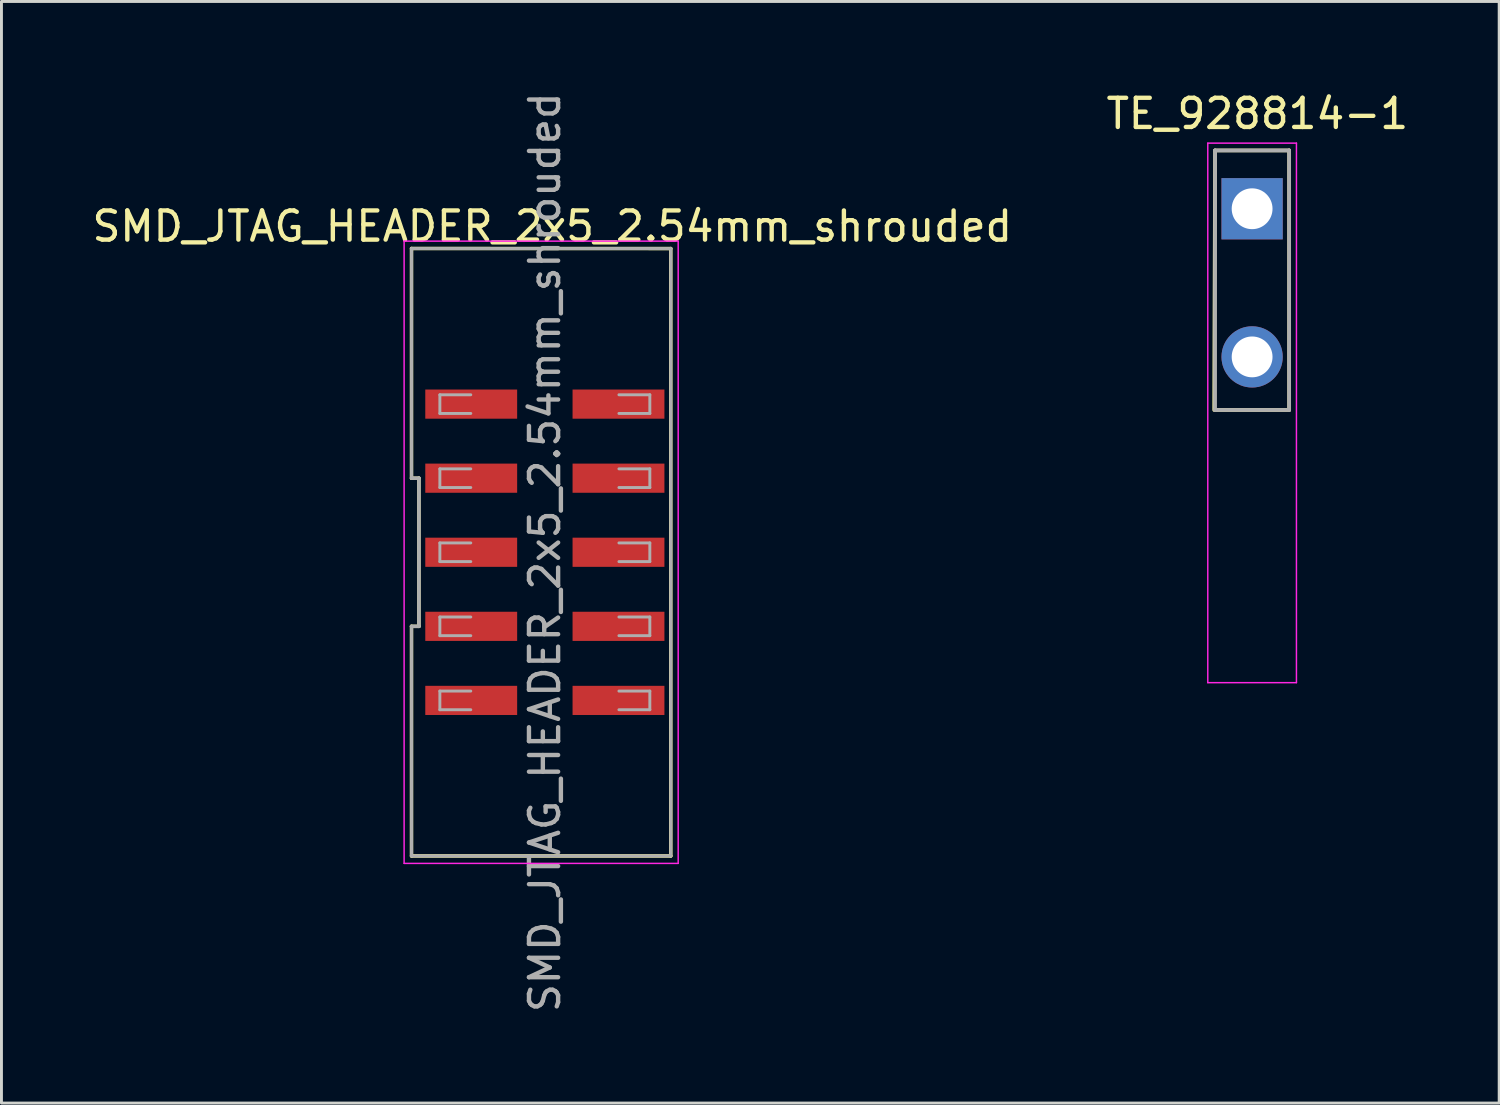
<source format=kicad_pcb>
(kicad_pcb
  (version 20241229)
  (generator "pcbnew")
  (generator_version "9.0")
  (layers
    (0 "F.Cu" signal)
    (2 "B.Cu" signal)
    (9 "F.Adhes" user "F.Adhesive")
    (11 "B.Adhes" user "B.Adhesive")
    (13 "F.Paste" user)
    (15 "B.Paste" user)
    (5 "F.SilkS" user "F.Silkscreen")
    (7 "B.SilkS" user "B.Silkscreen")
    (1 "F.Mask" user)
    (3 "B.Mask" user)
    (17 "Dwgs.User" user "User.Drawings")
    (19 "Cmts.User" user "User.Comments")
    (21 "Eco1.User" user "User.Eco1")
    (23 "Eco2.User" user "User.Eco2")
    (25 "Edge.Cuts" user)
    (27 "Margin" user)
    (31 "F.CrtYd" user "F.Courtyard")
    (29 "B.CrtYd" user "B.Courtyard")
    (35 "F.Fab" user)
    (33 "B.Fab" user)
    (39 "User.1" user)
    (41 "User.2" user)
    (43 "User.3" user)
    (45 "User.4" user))
  (footprint "TE_928814-1"
    (layer "F.Cu")
    (at 39.885 4.108)
    (property "Reference" "TE_928814-1" (at 0.18 -3.26 0) (layer "F.SilkS") (effects (font (size 1 1) (thickness 0.15))))
    (attr through_hole)
    (fp_line (start -1.27 -2) (end -1.3 6.9) (stroke (width 0.127) (type solid)) (layer "F.SilkS"))
    (fp_line (start -1.27 6.9) (end 1.27 6.9) (stroke (width 0.127) (type solid)) (layer "F.SilkS"))
    (fp_line (start 1.27 -2) (end -1.27 -2) (stroke (width 0.127) (type solid)) (layer "F.SilkS"))
    (fp_line (start 1.27 6.9) (end 1.27 -2) (stroke (width 0.127) (type solid)) (layer "F.SilkS"))
    (fp_line (start -1.52 -2.25) (end -1.52 16.25) (stroke (width 0.05) (type solid)) (layer "F.CrtYd"))
    (fp_line (start -1.52 16.25) (end 1.52 16.25) (stroke (width 0.05) (type solid)) (layer "F.CrtYd"))
    (fp_line (start 1.52 -2.25) (end -1.52 -2.25) (stroke (width 0.05) (type solid)) (layer "F.CrtYd"))
    (fp_line (start 1.52 16.25) (end 1.52 -2.25) (stroke (width 0.05) (type solid)) (layer "F.CrtYd"))
    (fp_line (start -1.27 -2) (end -1.27 6.9) (stroke (width 0.127) (type solid)) (layer "F.Fab"))
    (fp_line (start -1.27 6.9) (end 1.27 6.9) (stroke (width 0.127) (type solid)) (layer "F.Fab"))
    (fp_line (start 1.27 -2) (end -1.27 -2) (stroke (width 0.127) (type solid)) (layer "F.Fab"))
    (fp_line (start 1.27 6.9) (end 1.27 -2) (stroke (width 0.127) (type solid)) (layer "F.Fab"))
    (pad "1" thru_hole rect (at 0 0) (size 2.1 2.1) (drill 1.4) (layers "*.Cu" "*.Mask"))
    (pad "1" thru_hole circle (at 0 5.08) (size 2.1 2.1) (drill 1.4) (layers "*.Cu" "*.Mask")))
  (footprint "SMD_JTAG_HEADER_2x5_2.54mm_shrouded"
    (layer "F.Cu")
    (at 15.633 14.363)
    (property "Reference" "SMD_JTAG_HEADER_2x5_2.54mm_shrouded" (at 0.254 -9.652 0) (layer "F.SilkS") (effects (font (size 1 1) (thickness 0.15))))
    (attr through_hole)
    (fp_line (start -4.572 -8.892) (end -4.572 -1.016) (stroke (width 0.12) (type solid)) (layer "F.SilkS"))
    (fp_line (start -4.572 -8.892) (end 4.318 -8.89) (stroke (width 0.12) (type solid)) (layer "F.SilkS"))
    (fp_line (start -4.572 -1.016) (end -4.318 -1.016) (stroke (width 0.12) (type solid)) (layer "F.SilkS"))
    (fp_line (start -4.572 4.062) (end -4.572 11.938) (stroke (width 0.12) (type solid)) (layer "F.SilkS"))
    (fp_line (start -4.572 11.938) (end 4.318 11.938) (stroke (width 0.12) (type solid)) (layer "F.SilkS"))
    (fp_line (start -4.318 -1.016) (end -4.318 4.064) (stroke (width 0.12) (type solid)) (layer "F.SilkS"))
    (fp_line (start -4.318 4.064) (end -4.572 4.064) (stroke (width 0.12) (type solid)) (layer "F.SilkS"))
    (fp_line (start 4.318 -8.89) (end 4.318 11.938) (stroke (width 0.12) (type solid)) (layer "F.SilkS"))
    (fp_line (start -4.826 -9.144) (end -4.826 12.192) (stroke (width 0.05) (type solid)) (layer "F.CrtYd"))
    (fp_line (start -4.826 12.192) (end 4.572 12.192) (stroke (width 0.05) (type solid)) (layer "F.CrtYd"))
    (fp_line (start 4.572 -9.144) (end -4.826 -9.144) (stroke (width 0.05) (type solid)) (layer "F.CrtYd"))
    (fp_line (start 4.572 12.192) (end 4.572 -9.144) (stroke (width 0.05) (type solid)) (layer "F.CrtYd"))
    (fp_line (start -4.572 -8.89) (end 4.318 -8.89) (stroke (width 0.1) (type solid)) (layer "F.Fab"))
    (fp_line (start -4.572 -1.016) (end -4.572 -8.89) (stroke (width 0.1) (type solid)) (layer "F.Fab"))
    (fp_line (start -4.572 -1.016) (end -4.318 -1.016) (stroke (width 0.12) (type solid)) (layer "F.Fab"))
    (fp_line (start -4.572 11.938) (end -4.572 4.064) (stroke (width 0.1) (type solid)) (layer "F.Fab"))
    (fp_line (start -4.318 -1.016) (end -4.318 4.064) (stroke (width 0.12) (type solid)) (layer "F.Fab"))
    (fp_line (start -4.318 4.064) (end -4.572 4.064) (stroke (width 0.12) (type solid)) (layer "F.Fab"))
    (fp_line (start -3.6 -3.876) (end -3.6 -3.236) (stroke (width 0.1) (type solid)) (layer "F.Fab"))
    (fp_line (start -3.6 -3.236) (end -2.54 -3.236) (stroke (width 0.1) (type solid)) (layer "F.Fab"))
    (fp_line (start -3.6 -1.336) (end -3.6 -0.696) (stroke (width 0.1) (type solid)) (layer "F.Fab"))
    (fp_line (start -3.6 -0.696) (end -2.54 -0.696) (stroke (width 0.1) (type solid)) (layer "F.Fab"))
    (fp_line (start -3.6 1.204) (end -3.6 1.844) (stroke (width 0.1) (type solid)) (layer "F.Fab"))
    (fp_line (start -3.6 1.844) (end -2.54 1.844) (stroke (width 0.1) (type solid)) (layer "F.Fab"))
    (fp_line (start -3.6 3.744) (end -3.6 4.384) (stroke (width 0.1) (type solid)) (layer "F.Fab"))
    (fp_line (start -3.6 4.384) (end -2.54 4.384) (stroke (width 0.1) (type solid)) (layer "F.Fab"))
    (fp_line (start -3.6 6.284) (end -3.6 6.924) (stroke (width 0.1) (type solid)) (layer "F.Fab"))
    (fp_line (start -3.6 6.924) (end -2.54 6.924) (stroke (width 0.1) (type solid)) (layer "F.Fab"))
    (fp_line (start -2.54 -3.876) (end -3.6 -3.876) (stroke (width 0.1) (type solid)) (layer "F.Fab"))
    (fp_line (start -2.54 -1.336) (end -3.6 -1.336) (stroke (width 0.1) (type solid)) (layer "F.Fab"))
    (fp_line (start -2.54 1.204) (end -3.6 1.204) (stroke (width 0.1) (type solid)) (layer "F.Fab"))
    (fp_line (start -2.54 3.744) (end -3.6 3.744) (stroke (width 0.1) (type solid)) (layer "F.Fab"))
    (fp_line (start -2.54 6.284) (end -3.6 6.284) (stroke (width 0.1) (type solid)) (layer "F.Fab"))
    (fp_line (start 2.54 -3.876) (end 3.6 -3.876) (stroke (width 0.1) (type solid)) (layer "F.Fab"))
    (fp_line (start 2.54 -1.336) (end 3.6 -1.336) (stroke (width 0.1) (type solid)) (layer "F.Fab"))
    (fp_line (start 2.54 1.204) (end 3.6 1.204) (stroke (width 0.1) (type solid)) (layer "F.Fab"))
    (fp_line (start 2.54 3.744) (end 3.6 3.744) (stroke (width 0.1) (type solid)) (layer "F.Fab"))
    (fp_line (start 2.54 6.284) (end 3.6 6.284) (stroke (width 0.1) (type solid)) (layer "F.Fab"))
    (fp_line (start 3.6 -3.876) (end 3.6 -3.236) (stroke (width 0.1) (type solid)) (layer "F.Fab"))
    (fp_line (start 3.6 -3.236) (end 2.54 -3.236) (stroke (width 0.1) (type solid)) (layer "F.Fab"))
    (fp_line (start 3.6 -1.336) (end 3.6 -0.696) (stroke (width 0.1) (type solid)) (layer "F.Fab"))
    (fp_line (start 3.6 -0.696) (end 2.54 -0.696) (stroke (width 0.1) (type solid)) (layer "F.Fab"))
    (fp_line (start 3.6 1.204) (end 3.6 1.844) (stroke (width 0.1) (type solid)) (layer "F.Fab"))
    (fp_line (start 3.6 1.844) (end 2.54 1.844) (stroke (width 0.1) (type solid)) (layer "F.Fab"))
    (fp_line (start 3.6 3.744) (end 3.6 4.384) (stroke (width 0.1) (type solid)) (layer "F.Fab"))
    (fp_line (start 3.6 4.384) (end 2.54 4.384) (stroke (width 0.1) (type solid)) (layer "F.Fab"))
    (fp_line (start 3.6 6.284) (end 3.6 6.924) (stroke (width 0.1) (type solid)) (layer "F.Fab"))
    (fp_line (start 3.6 6.924) (end 2.54 6.924) (stroke (width 0.1) (type solid)) (layer "F.Fab"))
    (fp_line (start 4.318 -8.89) (end 4.318 11.938) (stroke (width 0.1) (type solid)) (layer "F.Fab"))
    (fp_line (start 4.318 11.938) (end -4.572 11.938) (stroke (width 0.1) (type solid)) (layer "F.Fab"))
    (fp_text user "${REFERENCE}" (at 0 1.524 90) (layer "F.Fab") (effects (font (size 1 1) (thickness 0.15))))
    (pad "1" smd rect (at -2.525 -3.556) (size 3.15 1) (layers "F.Cu" "F.Mask" "F.Paste"))
    (pad "2" smd rect (at 2.525 -3.556) (size 3.15 1) (layers "F.Cu" "F.Mask" "F.Paste"))
    (pad "3" smd rect (at -2.525 -1.016) (size 3.15 1) (layers "F.Cu" "F.Mask" "F.Paste"))
    (pad "4" smd rect (at 2.525 -1.016) (size 3.15 1) (layers "F.Cu" "F.Mask" "F.Paste"))
    (pad "5" smd rect (at -2.525 1.524) (size 3.15 1) (layers "F.Cu" "F.Mask" "F.Paste"))
    (pad "6" smd rect (at 2.525 1.524) (size 3.15 1) (layers "F.Cu" "F.Mask" "F.Paste"))
    (pad "7" smd rect (at -2.525 4.064) (size 3.15 1) (layers "F.Cu" "F.Mask" "F.Paste"))
    (pad "8" smd rect (at 2.525 4.064) (size 3.15 1) (layers "F.Cu" "F.Mask" "F.Paste"))
    (pad "9" smd rect (at -2.525 6.604) (size 3.15 1) (layers "F.Cu" "F.Mask" "F.Paste"))
    (pad "10" smd rect (at 2.525 6.604) (size 3.15 1) (layers "F.Cu" "F.Mask" "F.Paste")))
  (gr_rect
    (start -3 -3)
    (end 48.357 34.774)
    (stroke (width 0.1) (type default))
    (fill no)
    (layer "Edge.Cuts")))
</source>
